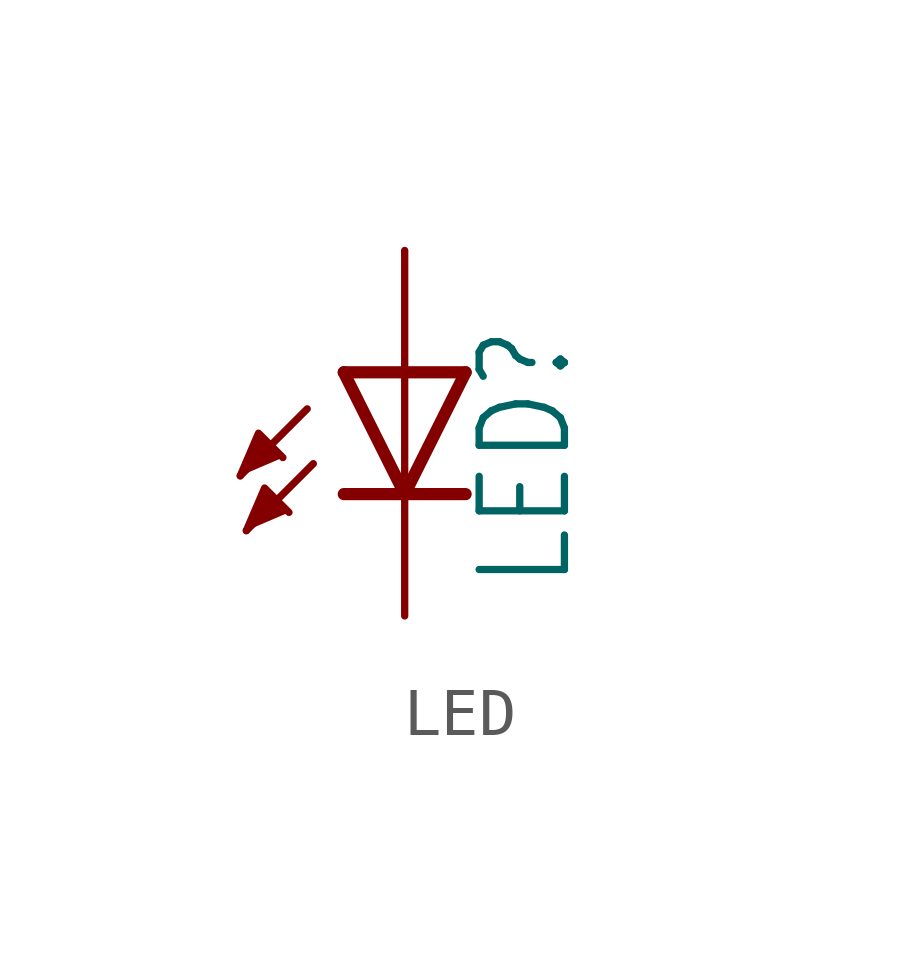
<source format=kicad_sym>
(kicad_symbol_lib
  (version 20220914)
  (generator kicad_symbol_editor)
  (symbol "LED"
    (property "Reference" "LED"
      (at 3.556 -4.572 90)
      (effects (font (size 1.778 1.511)) (justify left bottom)))
    (property "Value" ""
      (at 5.715 -4.572 90)
      (effects (font (size 1.778 1.511)) (justify left bottom)))
    (property "ki_locked" ""
      (at 0 0 0)
      (effects (font (size 1.27 1.27))))
    (symbol "LED_1_0"
      (polyline (pts (xy -2.032 -0.762) (xy -3.429 -2.159)) (stroke (width 0.152) (type solid)) (fill (type none)))
      (polyline (pts (xy -1.905 -1.905) (xy -3.302 -3.302)) (stroke (width 0.152) (type solid)) (fill (type none)))
      (polyline (pts (xy 0 -2.54) (xy -1.27 -2.54)) (stroke (width 0.254) (type solid)) (fill (type none)))
      (polyline (pts (xy 0 -2.54) (xy -1.27 0)) (stroke (width 0.254) (type solid)) (fill (type none)))
      (polyline (pts (xy 0 0) (xy -1.27 0)) (stroke (width 0.254) (type solid)) (fill (type none)))
      (polyline (pts (xy 0 0) (xy 0 -2.54)) (stroke (width 0.152) (type solid)) (fill (type none)))
      (polyline (pts (xy 1.27 -2.54) (xy 0 -2.54)) (stroke (width 0.254) (type solid)) (fill (type none)))
      (polyline (pts (xy 1.27 0) (xy 0 -2.54)) (stroke (width 0.254) (type solid)) (fill (type none)))
      (polyline (pts (xy 1.27 0) (xy 0 0)) (stroke (width 0.254) (type solid)) (fill (type none)))
      (polyline (pts (xy -3.429 -2.159) (xy -3.048 -1.27) (xy -2.54 -1.778)) (stroke (width 0.152) (type solid)) (fill (type outline)))
      (polyline (pts (xy -3.302 -3.302) (xy -2.921 -2.413) (xy -2.413 -2.921)) (stroke (width 0.152) (type solid)) (fill (type outline)))
      (pin passive line (at 0 2.54 270) (length 2.54) (name "A" (effects (font (size 0 0)))) (number "A@1" (effects (font (size 0 0)))))
      (pin passive line (at 0 -5.08 90) (length 2.54) (name "C" (effects (font (size 0 0)))) (number "C@1" (effects (font (size 0 0))))))))
</source>
